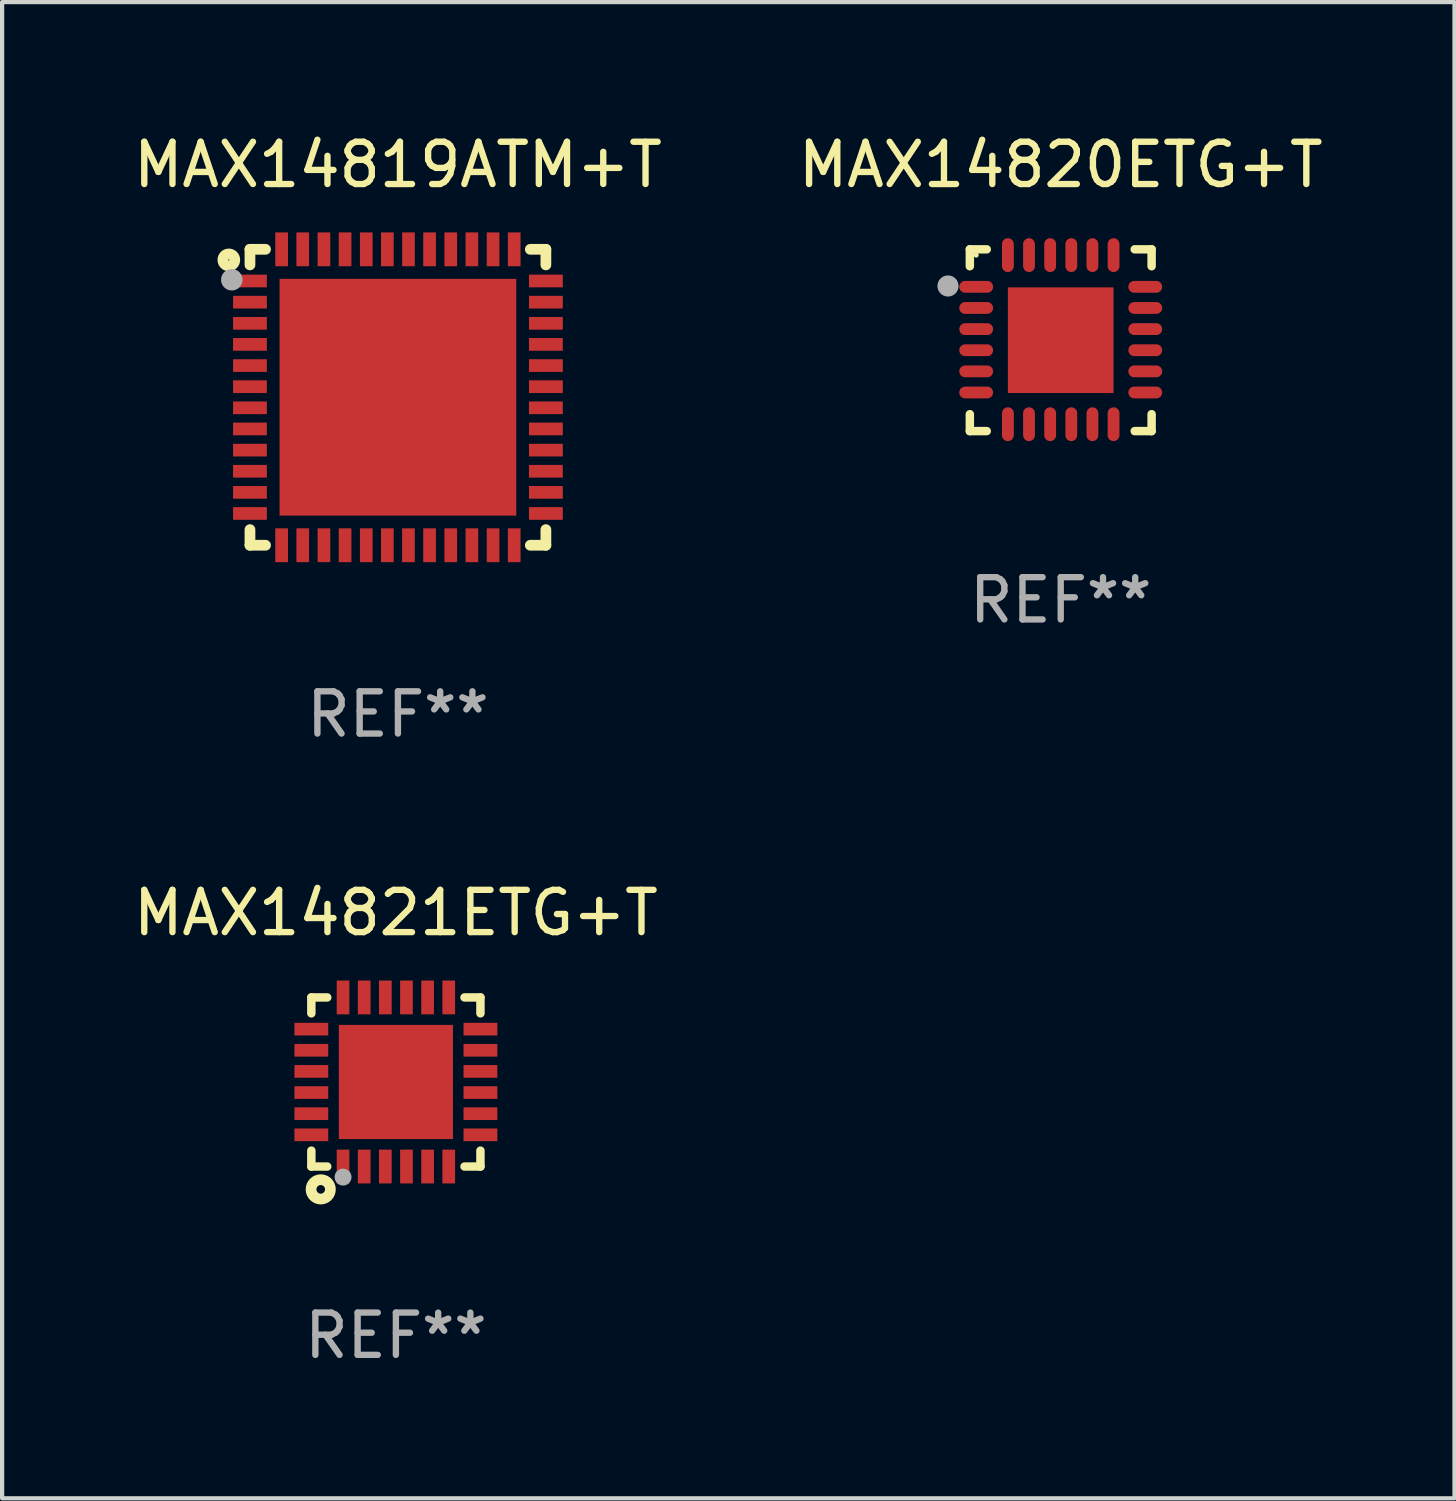
<source format=kicad_pcb>
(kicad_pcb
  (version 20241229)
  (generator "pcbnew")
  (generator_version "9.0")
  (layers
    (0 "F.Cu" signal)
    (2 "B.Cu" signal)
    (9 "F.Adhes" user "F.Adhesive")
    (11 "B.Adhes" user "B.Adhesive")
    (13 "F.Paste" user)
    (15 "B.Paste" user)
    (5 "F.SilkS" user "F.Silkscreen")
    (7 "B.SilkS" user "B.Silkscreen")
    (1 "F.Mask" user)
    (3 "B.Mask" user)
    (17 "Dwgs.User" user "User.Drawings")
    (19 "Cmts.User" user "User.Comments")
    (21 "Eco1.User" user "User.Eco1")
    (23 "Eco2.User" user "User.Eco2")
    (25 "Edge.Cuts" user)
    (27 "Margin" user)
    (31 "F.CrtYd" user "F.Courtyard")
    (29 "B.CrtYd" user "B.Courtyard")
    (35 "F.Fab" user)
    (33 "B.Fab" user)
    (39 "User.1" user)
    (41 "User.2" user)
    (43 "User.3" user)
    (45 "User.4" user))
  (footprint "MAX14821ETG+T"
    (layer "F.Cu")
    (at 6.315 22.545)
    (property "Reference" "MAX14821ETG+T" (at 0 -4 0) (layer "F.SilkS") (effects (font (size 1 1) (thickness 0.15))))
    (attr through_hole)
    (fp_line (start -2 -2) (end -1.624 -2) (stroke (width 0.2) (type solid)) (layer "F.SilkS"))
    (fp_line (start -2 -1.624) (end -2 -2) (stroke (width 0.2) (type solid)) (layer "F.SilkS"))
    (fp_line (start -2 2) (end -2 1.624) (stroke (width 0.2) (type solid)) (layer "F.SilkS"))
    (fp_line (start -2 2) (end -1.624 2) (stroke (width 0.2) (type solid)) (layer "F.SilkS"))
    (fp_line (start 1.624 -2) (end 2 -2) (stroke (width 0.2) (type solid)) (layer "F.SilkS"))
    (fp_line (start 1.624 2) (end 2 2) (stroke (width 0.2) (type solid)) (layer "F.SilkS"))
    (fp_line (start 2 -2) (end 2 -1.624) (stroke (width 0.2) (type solid)) (layer "F.SilkS"))
    (fp_line (start 2 1.624) (end 2 2) (stroke (width 0.2) (type solid)) (layer "F.SilkS"))
    (fp_circle (center -2 2) (end -1.97 2) (stroke (width 0.06) (type solid)) (fill no) (layer "F.SilkS"))
    (fp_circle (center -1.778 2.54) (end -1.676 2.54) (stroke (width 0.254) (type solid)) (fill no) (layer "F.SilkS"))
    (fp_circle (center -1.25 2.25) (end -1.15 2.25) (stroke (width 0.2) (type solid)) (fill no) (layer "F.Fab"))
    (fp_text user "REF**" (at 0 6 0) (layer "F.Fab") (effects (font (size 1 1) (thickness 0.15))))
    (pad "1" smd rect (at -1.25 2) (size 0.3 0.8) (layers "F.Cu" "F.Mask" "F.Paste"))
    (pad "2" smd rect (at -0.75 2) (size 0.3 0.8) (layers "F.Cu" "F.Mask" "F.Paste"))
    (pad "3" smd rect (at -0.25 2) (size 0.3 0.8) (layers "F.Cu" "F.Mask" "F.Paste"))
    (pad "4" smd rect (at 0.25 2) (size 0.3 0.8) (layers "F.Cu" "F.Mask" "F.Paste"))
    (pad "5" smd rect (at 0.75 2) (size 0.3 0.8) (layers "F.Cu" "F.Mask" "F.Paste"))
    (pad "6" smd rect (at 1.25 2) (size 0.3 0.8) (layers "F.Cu" "F.Mask" "F.Paste"))
    (pad "7" smd rect (at 2 1.25 90) (size 0.3 0.8) (layers "F.Cu" "F.Mask" "F.Paste"))
    (pad "8" smd rect (at 2 0.75 90) (size 0.3 0.8) (layers "F.Cu" "F.Mask" "F.Paste"))
    (pad "9" smd rect (at 2 0.25 90) (size 0.3 0.8) (layers "F.Cu" "F.Mask" "F.Paste"))
    (pad "10" smd rect (at 2 -0.25 90) (size 0.3 0.8) (layers "F.Cu" "F.Mask" "F.Paste"))
    (pad "11" smd rect (at 2 -0.75 90) (size 0.3 0.8) (layers "F.Cu" "F.Mask" "F.Paste"))
    (pad "12" smd rect (at 2 -1.25 90) (size 0.3 0.8) (layers "F.Cu" "F.Mask" "F.Paste"))
    (pad "13" smd rect (at 1.25 -2 180) (size 0.3 0.8) (layers "F.Cu" "F.Mask" "F.Paste"))
    (pad "14" smd rect (at 0.75 -2 180) (size 0.3 0.8) (layers "F.Cu" "F.Mask" "F.Paste"))
    (pad "15" smd rect (at 0.25 -2 180) (size 0.3 0.8) (layers "F.Cu" "F.Mask" "F.Paste"))
    (pad "16" smd rect (at -0.25 -2 180) (size 0.3 0.8) (layers "F.Cu" "F.Mask" "F.Paste"))
    (pad "17" smd rect (at -0.75 -2 180) (size 0.3 0.8) (layers "F.Cu" "F.Mask" "F.Paste"))
    (pad "18" smd rect (at -1.25 -2 180) (size 0.3 0.8) (layers "F.Cu" "F.Mask" "F.Paste"))
    (pad "19" smd rect (at -2 -1.25 270) (size 0.3 0.8) (layers "F.Cu" "F.Mask" "F.Paste"))
    (pad "20" smd rect (at -2 -0.75 270) (size 0.3 0.8) (layers "F.Cu" "F.Mask" "F.Paste"))
    (pad "21" smd rect (at -2 -0.25 270) (size 0.3 0.8) (layers "F.Cu" "F.Mask" "F.Paste"))
    (pad "22" smd rect (at -2 0.25 270) (size 0.3 0.8) (layers "F.Cu" "F.Mask" "F.Paste"))
    (pad "23" smd rect (at -2 0.75 270) (size 0.3 0.8) (layers "F.Cu" "F.Mask" "F.Paste"))
    (pad "24" smd rect (at -2 1.25 270) (size 0.3 0.8) (layers "F.Cu" "F.Mask" "F.Paste"))
    (pad "25" smd rect (at 0 0) (size 2.7 2.7) (layers "F.Cu" "F.Mask" "F.Paste")))
  (footprint "MAX14819ATM+T"
    (layer "F.Cu")
    (at 6.363 6.348)
    (property "Reference" "MAX14819ATM+T" (at 0 -5.5 0) (layer "F.SilkS") (effects (font (size 1 1) (thickness 0.15))))
    (attr through_hole)
    (fp_line (start -3.5 -3.5) (end -3.132 -3.5) (stroke (width 0.254) (type solid)) (layer "F.SilkS"))
    (fp_line (start -3.5 -3.132) (end -3.5 -3.5) (stroke (width 0.254) (type solid)) (layer "F.SilkS"))
    (fp_line (start -3.5 3.5) (end -3.5 3.13) (stroke (width 0.254) (type solid)) (layer "F.SilkS"))
    (fp_line (start -3.132 3.5) (end -3.5 3.5) (stroke (width 0.254) (type solid)) (layer "F.SilkS"))
    (fp_line (start 3.132 -3.5) (end 3.5 -3.5) (stroke (width 0.254) (type solid)) (layer "F.SilkS"))
    (fp_line (start 3.5 -3.5) (end 3.5 -3.132) (stroke (width 0.254) (type solid)) (layer "F.SilkS"))
    (fp_line (start 3.5 3.13) (end 3.5 3.5) (stroke (width 0.254) (type solid)) (layer "F.SilkS"))
    (fp_line (start 3.5 3.5) (end 3.132 3.5) (stroke (width 0.254) (type solid)) (layer "F.SilkS"))
    (fp_circle (center -4 -3.25) (end -3.859 -3.25) (stroke (width 0.254) (type solid)) (fill no) (layer "F.SilkS"))
    (fp_circle (center -3.5 -3.501) (end -3.47 -3.501) (stroke (width 0.06) (type solid)) (fill no) (layer "F.SilkS"))
    (fp_circle (center -3.93 -2.78) (end -3.803 -2.78) (stroke (width 0.254) (type solid)) (fill no) (layer "F.Fab"))
    (fp_text user "REF**" (at 0 7.5 0) (layer "F.Fab") (effects (font (size 1 1) (thickness 0.15))))
    (pad "1" smd rect (at -3.5 -2.751 270) (size 0.3 0.8) (layers "F.Cu" "F.Mask" "F.Paste"))
    (pad "2" smd rect (at -3.5 -2.25 270) (size 0.3 0.8) (layers "F.Cu" "F.Mask" "F.Paste"))
    (pad "3" smd rect (at -3.5 -1.75 270) (size 0.3 0.8) (layers "F.Cu" "F.Mask" "F.Paste"))
    (pad "4" smd rect (at -3.5 -1.251 270) (size 0.3 0.8) (layers "F.Cu" "F.Mask" "F.Paste"))
    (pad "5" smd rect (at -3.5 -0.75 270) (size 0.3 0.8) (layers "F.Cu" "F.Mask" "F.Paste"))
    (pad "6" smd rect (at -3.5 -0.251 270) (size 0.3 0.8) (layers "F.Cu" "F.Mask" "F.Paste"))
    (pad "7" smd rect (at -3.5 0.249 270) (size 0.3 0.8) (layers "F.Cu" "F.Mask" "F.Paste"))
    (pad "8" smd rect (at -3.5 0.749 270) (size 0.3 0.8) (layers "F.Cu" "F.Mask" "F.Paste"))
    (pad "9" smd rect (at -3.5 1.25 270) (size 0.3 0.8) (layers "F.Cu" "F.Mask" "F.Paste"))
    (pad "10" smd rect (at -3.5 1.75 270) (size 0.3 0.8) (layers "F.Cu" "F.Mask" "F.Paste"))
    (pad "11" smd rect (at -3.5 2.249 270) (size 0.3 0.8) (layers "F.Cu" "F.Mask" "F.Paste"))
    (pad "12" smd rect (at -3.5 2.748 270) (size 0.3 0.8) (layers "F.Cu" "F.Mask" "F.Paste"))
    (pad "13" smd rect (at -2.751 3.5 180) (size 0.3 0.8) (layers "F.Cu" "F.Mask" "F.Paste"))
    (pad "14" smd rect (at -2.251 3.5 180) (size 0.3 0.8) (layers "F.Cu" "F.Mask" "F.Paste"))
    (pad "15" smd rect (at -1.75 3.5 180) (size 0.3 0.8) (layers "F.Cu" "F.Mask" "F.Paste"))
    (pad "16" smd rect (at -1.25 3.5 180) (size 0.3 0.8) (layers "F.Cu" "F.Mask" "F.Paste"))
    (pad "17" smd rect (at -0.749 3.5 180) (size 0.3 0.8) (layers "F.Cu" "F.Mask" "F.Paste"))
    (pad "18" smd rect (at -0.25 3.5 180) (size 0.3 0.8) (layers "F.Cu" "F.Mask" "F.Paste"))
    (pad "19" smd rect (at 0.249 3.5 180) (size 0.3 0.8) (layers "F.Cu" "F.Mask" "F.Paste"))
    (pad "20" smd rect (at 0.749 3.5 180) (size 0.3 0.8) (layers "F.Cu" "F.Mask" "F.Paste"))
    (pad "21" smd rect (at 1.25 3.5 180) (size 0.3 0.8) (layers "F.Cu" "F.Mask" "F.Paste"))
    (pad "22" smd rect (at 1.75 3.5 180) (size 0.3 0.8) (layers "F.Cu" "F.Mask" "F.Paste"))
    (pad "23" smd rect (at 2.251 3.5 180) (size 0.3 0.8) (layers "F.Cu" "F.Mask" "F.Paste"))
    (pad "24" smd rect (at 2.751 3.5 180) (size 0.3 0.8) (layers "F.Cu" "F.Mask" "F.Paste"))
    (pad "25" smd rect (at 3.5 2.748 270) (size 0.3 0.8) (layers "F.Cu" "F.Mask" "F.Paste"))
    (pad "26" smd rect (at 3.5 2.249 270) (size 0.3 0.8) (layers "F.Cu" "F.Mask" "F.Paste"))
    (pad "27" smd rect (at 3.5 1.75 270) (size 0.3 0.8) (layers "F.Cu" "F.Mask" "F.Paste"))
    (pad "28" smd rect (at 3.5 1.25 270) (size 0.3 0.8) (layers "F.Cu" "F.Mask" "F.Paste"))
    (pad "29" smd rect (at 3.5 0.749 270) (size 0.3 0.8) (layers "F.Cu" "F.Mask" "F.Paste"))
    (pad "30" smd rect (at 3.5 0.249 270) (size 0.3 0.8) (layers "F.Cu" "F.Mask" "F.Paste"))
    (pad "31" smd rect (at 3.5 -0.251 270) (size 0.3 0.8) (layers "F.Cu" "F.Mask" "F.Paste"))
    (pad "32" smd rect (at 3.5 -0.75 270) (size 0.3 0.8) (layers "F.Cu" "F.Mask" "F.Paste"))
    (pad "33" smd rect (at 3.5 -1.251 270) (size 0.3 0.8) (layers "F.Cu" "F.Mask" "F.Paste"))
    (pad "34" smd rect (at 3.5 -1.75 270) (size 0.3 0.8) (layers "F.Cu" "F.Mask" "F.Paste"))
    (pad "35" smd rect (at 3.5 -2.25 270) (size 0.3 0.8) (layers "F.Cu" "F.Mask" "F.Paste"))
    (pad "36" smd rect (at 3.5 -2.751 270) (size 0.3 0.8) (layers "F.Cu" "F.Mask" "F.Paste"))
    (pad "37" smd rect (at 2.751 -3.5 180) (size 0.3 0.8) (layers "F.Cu" "F.Mask" "F.Paste"))
    (pad "38" smd rect (at 2.251 -3.5 180) (size 0.3 0.8) (layers "F.Cu" "F.Mask" "F.Paste"))
    (pad "39" smd rect (at 1.75 -3.5 180) (size 0.3 0.8) (layers "F.Cu" "F.Mask" "F.Paste"))
    (pad "40" smd rect (at 1.25 -3.5 180) (size 0.3 0.8) (layers "F.Cu" "F.Mask" "F.Paste"))
    (pad "41" smd rect (at 0.749 -3.5 180) (size 0.3 0.8) (layers "F.Cu" "F.Mask" "F.Paste"))
    (pad "42" smd rect (at 0.25 -3.5 180) (size 0.3 0.8) (layers "F.Cu" "F.Mask" "F.Paste"))
    (pad "43" smd rect (at -0.25 -3.5 180) (size 0.3 0.8) (layers "F.Cu" "F.Mask" "F.Paste"))
    (pad "44" smd rect (at -0.749 -3.5 180) (size 0.3 0.8) (layers "F.Cu" "F.Mask" "F.Paste"))
    (pad "45" smd rect (at -1.25 -3.5 180) (size 0.3 0.8) (layers "F.Cu" "F.Mask" "F.Paste"))
    (pad "46" smd rect (at -1.75 -3.5 180) (size 0.3 0.8) (layers "F.Cu" "F.Mask" "F.Paste"))
    (pad "47" smd rect (at -2.251 -3.5 180) (size 0.3 0.8) (layers "F.Cu" "F.Mask" "F.Paste"))
    (pad "48" smd rect (at -2.751 -3.5 180) (size 0.3 0.8) (layers "F.Cu" "F.Mask" "F.Paste"))
    (pad "49" smd rect (at 0.000127 -0.001 180) (size 5.6 5.6) (layers "F.Cu" "F.Mask" "F.Paste")))
  (footprint "MAX14820ETG+T"
    (layer "F.Cu")
    (at 22.042 4.998)
    (property "Reference" "MAX14820ETG+T" (at 0 -4.15 0) (layer "F.SilkS") (effects (font (size 1 1) (thickness 0.15))))
    (attr through_hole)
    (fp_line (start -2.15 -2.15) (end -1.75 -2.15) (stroke (width 0.2) (type solid)) (layer "F.SilkS"))
    (fp_line (start -2.15 -1.75) (end -2.15 -2.15) (stroke (width 0.2) (type solid)) (layer "F.SilkS"))
    (fp_line (start -2.15 2.15) (end -2.15 1.75) (stroke (width 0.2) (type solid)) (layer "F.SilkS"))
    (fp_line (start -1.75 2.15) (end -2.15 2.15) (stroke (width 0.2) (type solid)) (layer "F.SilkS"))
    (fp_line (start 1.75 -2.15) (end 2.15 -2.15) (stroke (width 0.2) (type solid)) (layer "F.SilkS"))
    (fp_line (start 1.75 2.15) (end 2.15 2.15) (stroke (width 0.2) (type solid)) (layer "F.SilkS"))
    (fp_line (start 2.15 -2.15) (end 2.15 -1.75) (stroke (width 0.2) (type solid)) (layer "F.SilkS"))
    (fp_line (start 2.15 2.15) (end 2.15 1.75) (stroke (width 0.2) (type solid)) (layer "F.SilkS"))
    (fp_circle (center -2 -2.013) (end -1.97 -2.013) (stroke (width 0.06) (type solid)) (fill no) (layer "F.SilkS"))
    (fp_circle (center -2.667 -1.283) (end -2.542 -1.283) (stroke (width 0.25) (type solid)) (fill no) (layer "F.Fab"))
    (fp_text user "REF**" (at 0 6.15 0) (layer "F.Fab") (effects (font (size 1 1) (thickness 0.15))))
    (pad "1" smd oval (at -2 -1.263) (size 0.8 0.28) (layers "F.Cu" "F.Mask" "F.Paste"))
    (pad "2" smd oval (at -2 -0.763) (size 0.8 0.28) (layers "F.Cu" "F.Mask" "F.Paste"))
    (pad "3" smd oval (at -2 -0.263) (size 0.8 0.28) (layers "F.Cu" "F.Mask" "F.Paste"))
    (pad "4" smd oval (at -2 0.237) (size 0.8 0.28) (layers "F.Cu" "F.Mask" "F.Paste"))
    (pad "5" smd oval (at -2 0.737) (size 0.8 0.28) (layers "F.Cu" "F.Mask" "F.Paste"))
    (pad "6" smd oval (at -2 1.237) (size 0.8 0.28) (layers "F.Cu" "F.Mask" "F.Paste"))
    (pad "7" smd oval (at -1.25 1.987) (size 0.28 0.8) (layers "F.Cu" "F.Mask" "F.Paste"))
    (pad "8" smd oval (at -0.75 1.987) (size 0.28 0.8) (layers "F.Cu" "F.Mask" "F.Paste"))
    (pad "9" smd oval (at -0.25 1.987) (size 0.28 0.8) (layers "F.Cu" "F.Mask" "F.Paste"))
    (pad "10" smd oval (at 0.25 1.987) (size 0.28 0.8) (layers "F.Cu" "F.Mask" "F.Paste"))
    (pad "11" smd oval (at 0.75 1.987) (size 0.28 0.8) (layers "F.Cu" "F.Mask" "F.Paste"))
    (pad "12" smd oval (at 1.25 1.987) (size 0.28 0.8) (layers "F.Cu" "F.Mask" "F.Paste"))
    (pad "13" smd oval (at 2 1.237) (size 0.8 0.28) (layers "F.Cu" "F.Mask" "F.Paste"))
    (pad "14" smd oval (at 2 0.737) (size 0.8 0.28) (layers "F.Cu" "F.Mask" "F.Paste"))
    (pad "15" smd oval (at 2 0.237) (size 0.8 0.28) (layers "F.Cu" "F.Mask" "F.Paste"))
    (pad "16" smd oval (at 2 -0.263) (size 0.8 0.28) (layers "F.Cu" "F.Mask" "F.Paste"))
    (pad "17" smd oval (at 2 -0.763) (size 0.8 0.28) (layers "F.Cu" "F.Mask" "F.Paste"))
    (pad "18" smd oval (at 2 -1.263) (size 0.8 0.28) (layers "F.Cu" "F.Mask" "F.Paste"))
    (pad "19" smd oval (at 1.25 -2.013) (size 0.28 0.8) (layers "F.Cu" "F.Mask" "F.Paste"))
    (pad "20" smd oval (at 0.75 -2.013) (size 0.28 0.8) (layers "F.Cu" "F.Mask" "F.Paste"))
    (pad "21" smd oval (at 0.25 -2.013) (size 0.28 0.8) (layers "F.Cu" "F.Mask" "F.Paste"))
    (pad "22" smd oval (at -0.25 -2.013) (size 0.28 0.8) (layers "F.Cu" "F.Mask" "F.Paste"))
    (pad "23" smd oval (at -0.75 -2.013) (size 0.28 0.8) (layers "F.Cu" "F.Mask" "F.Paste"))
    (pad "24" smd oval (at -1.25 -2.013) (size 0.28 0.8) (layers "F.Cu" "F.Mask" "F.Paste"))
    (pad "25" smd rect (at -0.000127 -0.00014) (size 2.5 2.5) (layers "F.Cu" "F.Mask" "F.Paste")))
  (gr_rect
    (start -3 -3)
    (end 31.357 32.393)
    (stroke (width 0.1) (type default))
    (fill no)
    (layer "Edge.Cuts")))
</source>
